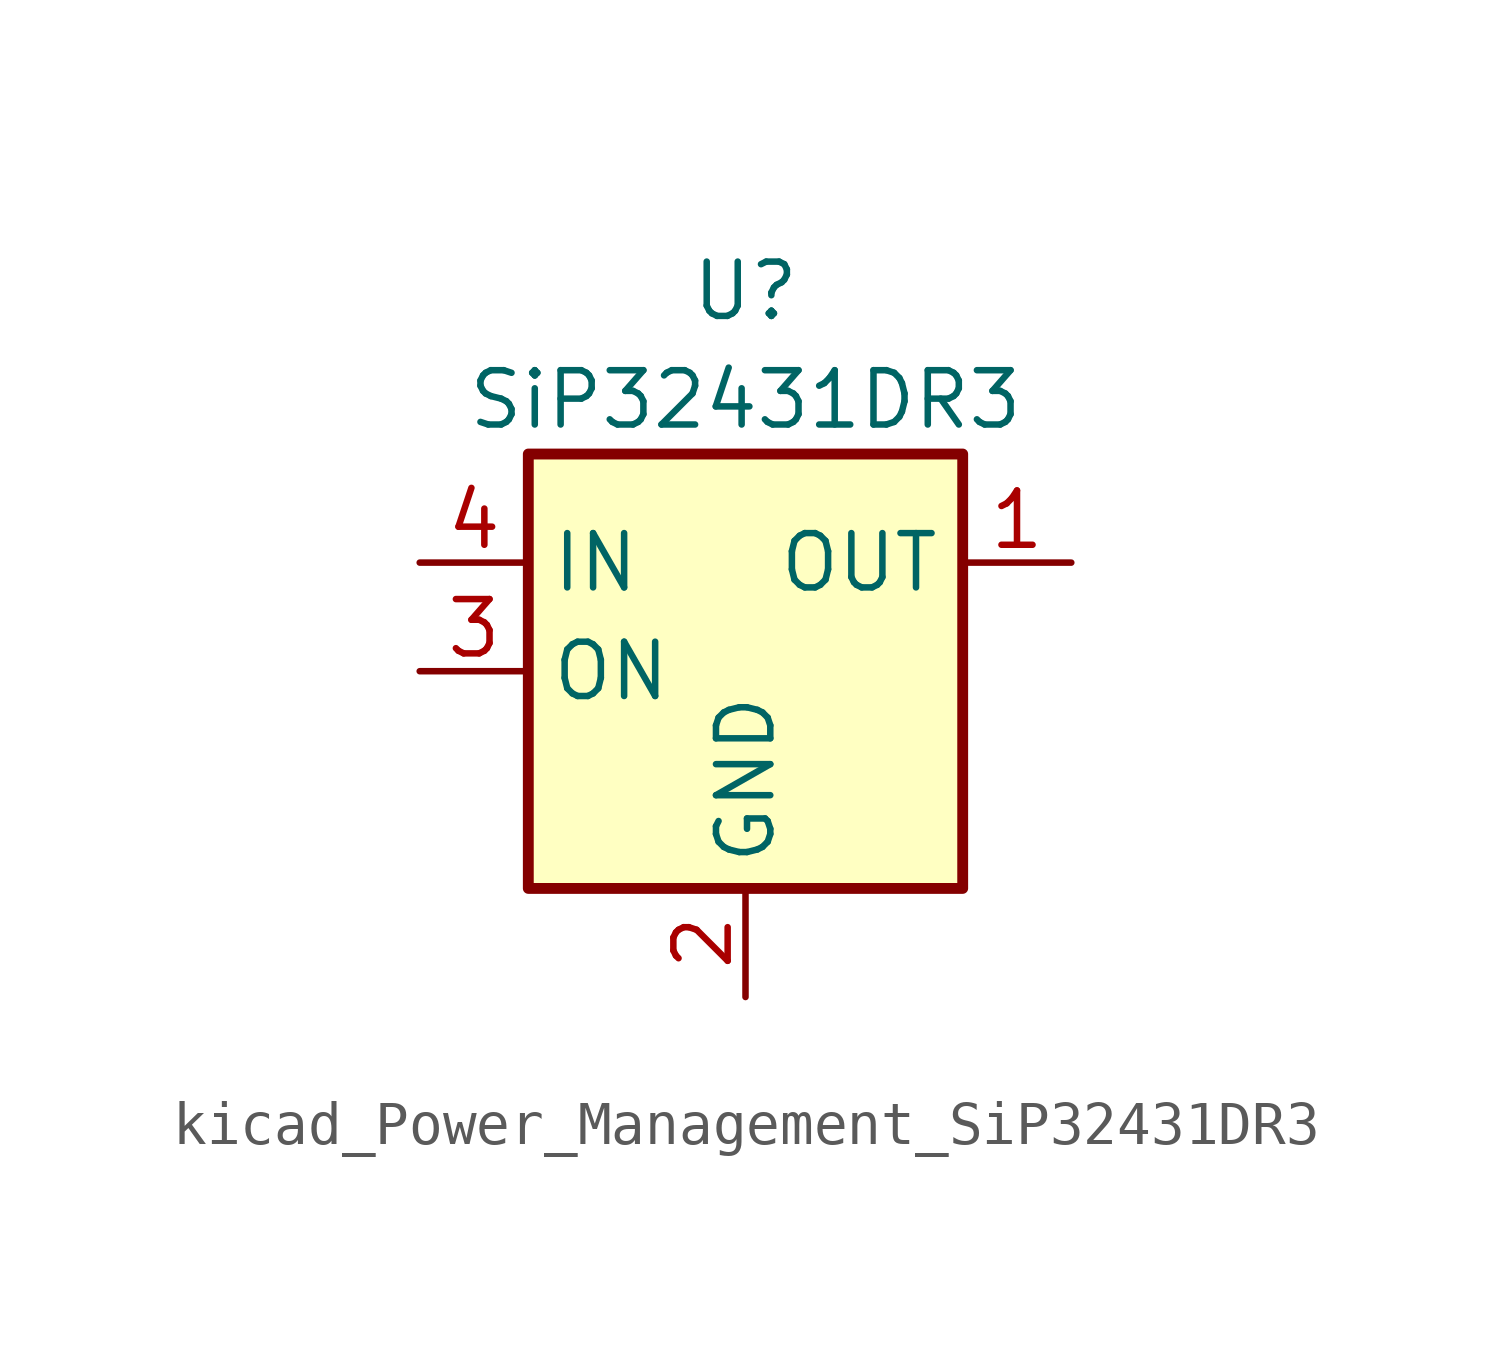
<source format=kicad_sym>
(kicad_symbol_lib
  (version 20220914)
  (generator kicad_symbol_editor)
  (symbol "kicad_Power_Management_SiP32431DR3"
    (property "Reference" "U"
      (at 0 8.89 0)
      (effects (font (size 1.27 1.27))))
    (property "Value" "SiP32431DR3"
      (at 0 6.35 0)
      (effects (font (size 1.27 1.27))))
    (symbol "kicad_Power_Management_SiP32431DR3_0_1"
      (rectangle (start -5.08 5.08) (end 5.08 -5.08) (stroke (width 0.254) (type default)) (fill (type background))))
    (symbol "kicad_Power_Management_SiP32431DR3_1_1"
      (pin passive line (at 7.62 2.54 180) (length 2.54) (name "OUT" (effects (font (size 1.27 1.27)))) (number "1" (effects (font (size 1.27 1.27)))))
      (pin power_in line (at 0 -7.62 90) (length 2.54) (name "GND" (effects (font (size 1.27 1.27)))) (number "2" (effects (font (size 1.27 1.27)))))
      (pin input line (at -7.62 0 0) (length 2.54) (name "ON" (effects (font (size 1.27 1.27)))) (number "3" (effects (font (size 1.27 1.27)))))
      (pin passive line (at -7.62 2.54 0) (length 2.54) (name "IN" (effects (font (size 1.27 1.27)))) (number "4" (effects (font (size 1.27 1.27)))))
      (pin passive line (at 0 -7.62 90) (length 2.54) hide (name "GND" (effects (font (size 1.27 1.27)))) (number "5" (effects (font (size 1.27 1.27)))))
      (pin no_connect line (at 5.08 0 180) (length 2.54) hide (name "NC" (effects (font (size 1.27 1.27)))) (number "6" (effects (font (size 1.27 1.27))))))))
</source>
